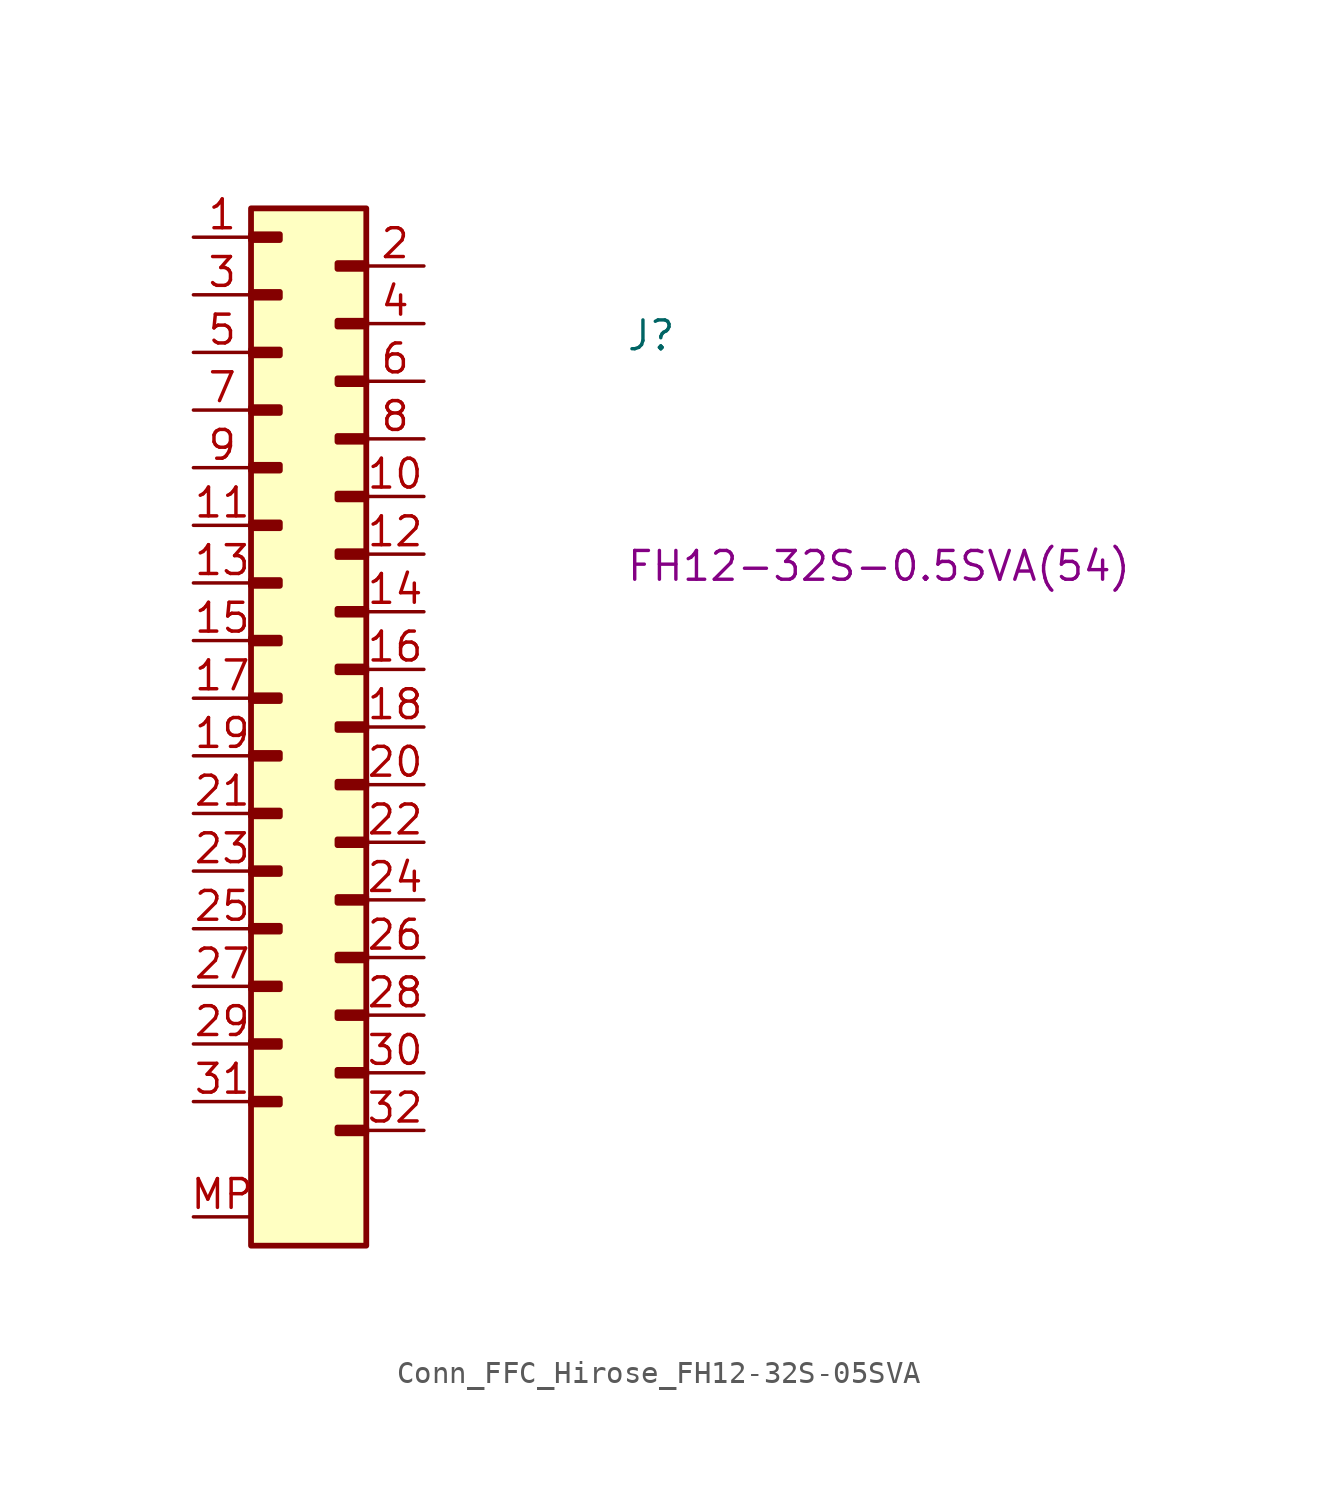
<source format=kicad_sym>
(kicad_symbol_lib
  (version 20220914)
  (generator kicad_symbol_editor)
  (symbol "Conn_FFC_Hirose_FH12-32S-05SVA"
    (property "Reference" "J"
      (at 19.05 -5.08 0)
      (effects (font (size 1.27 1.27) (thickness 0.15)) (justify left bottom)))
    (property "MPN" "FH12-32S-0.5SVA(54)"
      (at 19.05 -15.24 0)
      (effects (font (size 1.27 1.27) (thickness 0.15)) (justify left bottom)))
    (symbol "Conn_FFC_Hirose_FH12-32S-05SVA_1_1"
      (rectangle (start 2.54 -37.973) (end 3.81 -38.227) (stroke (width 0.254) (type default)) (fill (type background)))
      (rectangle (start 2.54 -35.433) (end 3.81 -35.687) (stroke (width 0.254) (type default)) (fill (type background)))
      (rectangle (start 2.54 -32.893) (end 3.81 -33.147) (stroke (width 0.254) (type default)) (fill (type background)))
      (rectangle (start 2.54 -30.353) (end 3.81 -30.607) (stroke (width 0.254) (type default)) (fill (type background)))
      (rectangle (start 2.54 -27.813) (end 3.81 -28.067) (stroke (width 0.254) (type default)) (fill (type background)))
      (rectangle (start 2.54 -25.273) (end 3.81 -25.527) (stroke (width 0.254) (type default)) (fill (type background)))
      (rectangle (start 2.54 -22.733) (end 3.81 -22.987) (stroke (width 0.254) (type default)) (fill (type background)))
      (rectangle (start 2.54 -20.193) (end 3.81 -20.447) (stroke (width 0.254) (type default)) (fill (type background)))
      (rectangle (start 2.54 -17.653) (end 3.81 -17.907) (stroke (width 0.254) (type default)) (fill (type background)))
      (rectangle (start 2.54 -15.113) (end 3.81 -15.367) (stroke (width 0.254) (type default)) (fill (type background)))
      (rectangle (start 2.54 -12.573) (end 3.81 -12.827) (stroke (width 0.254) (type default)) (fill (type background)))
      (rectangle (start 2.54 -10.033) (end 3.81 -10.287) (stroke (width 0.254) (type default)) (fill (type background)))
      (rectangle (start 2.54 -7.493) (end 3.81 -7.747) (stroke (width 0.254) (type default)) (fill (type background)))
      (rectangle (start 2.54 -4.953) (end 3.81 -5.207) (stroke (width 0.254) (type default)) (fill (type background)))
      (rectangle (start 2.54 -2.413) (end 3.81 -2.667) (stroke (width 0.254) (type default)) (fill (type background)))
      (rectangle (start 2.54 0.127) (end 3.81 -0.127) (stroke (width 0.254) (type default)) (fill (type background)))
      (rectangle (start 2.54 1.27) (end 7.62 -44.45) (stroke (width 0.254) (type default)) (fill (type background)))
      (rectangle (start 6.35 -39.243) (end 7.62 -39.497) (stroke (width 0.254) (type default)) (fill (type background)))
      (rectangle (start 6.35 -36.703) (end 7.62 -36.957) (stroke (width 0.254) (type default)) (fill (type background)))
      (rectangle (start 6.35 -34.163) (end 7.62 -34.417) (stroke (width 0.254) (type default)) (fill (type background)))
      (rectangle (start 6.35 -31.623) (end 7.62 -31.877) (stroke (width 0.254) (type default)) (fill (type background)))
      (rectangle (start 6.35 -29.083) (end 7.62 -29.337) (stroke (width 0.254) (type default)) (fill (type background)))
      (rectangle (start 6.35 -26.543) (end 7.62 -26.797) (stroke (width 0.254) (type default)) (fill (type background)))
      (rectangle (start 6.35 -24.003) (end 7.62 -24.257) (stroke (width 0.254) (type default)) (fill (type background)))
      (rectangle (start 6.35 -21.463) (end 7.62 -21.717) (stroke (width 0.254) (type default)) (fill (type background)))
      (rectangle (start 6.35 -18.923) (end 7.62 -19.177) (stroke (width 0.254) (type default)) (fill (type background)))
      (rectangle (start 6.35 -16.383) (end 7.62 -16.637) (stroke (width 0.254) (type default)) (fill (type background)))
      (rectangle (start 6.35 -13.843) (end 7.62 -14.097) (stroke (width 0.254) (type default)) (fill (type background)))
      (rectangle (start 6.35 -11.303) (end 7.62 -11.557) (stroke (width 0.254) (type default)) (fill (type background)))
      (rectangle (start 6.35 -8.763) (end 7.62 -9.017) (stroke (width 0.254) (type default)) (fill (type background)))
      (rectangle (start 6.35 -6.223) (end 7.62 -6.477) (stroke (width 0.254) (type default)) (fill (type background)))
      (rectangle (start 6.35 -3.683) (end 7.62 -3.937) (stroke (width 0.254) (type default)) (fill (type background)))
      (rectangle (start 6.35 -1.143) (end 7.62 -1.397) (stroke (width 0.254) (type default)) (fill (type background)))
      (pin passive line (at 0 0 0) (length 2.54) (name "~" (effects (font (size 1.27 1.27)))) (number "1" (effects (font (size 1.27 1.27)))))
      (pin passive line (at 10.16 -11.43 180) (length 2.54) (name "~" (effects (font (size 1.27 1.27)))) (number "10" (effects (font (size 1.27 1.27)))))
      (pin passive line (at 0 -12.7 0) (length 2.54) (name "~" (effects (font (size 1.27 1.27)))) (number "11" (effects (font (size 1.27 1.27)))))
      (pin passive line (at 10.16 -13.97 180) (length 2.54) (name "~" (effects (font (size 1.27 1.27)))) (number "12" (effects (font (size 1.27 1.27)))))
      (pin passive line (at 0 -15.24 0) (length 2.54) (name "~" (effects (font (size 1.27 1.27)))) (number "13" (effects (font (size 1.27 1.27)))))
      (pin passive line (at 10.16 -16.51 180) (length 2.54) (name "~" (effects (font (size 1.27 1.27)))) (number "14" (effects (font (size 1.27 1.27)))))
      (pin passive line (at 0 -17.78 0) (length 2.54) (name "~" (effects (font (size 1.27 1.27)))) (number "15" (effects (font (size 1.27 1.27)))))
      (pin passive line (at 10.16 -19.05 180) (length 2.54) (name "~" (effects (font (size 1.27 1.27)))) (number "16" (effects (font (size 1.27 1.27)))))
      (pin passive line (at 0 -20.32 0) (length 2.54) (name "~" (effects (font (size 1.27 1.27)))) (number "17" (effects (font (size 1.27 1.27)))))
      (pin passive line (at 10.16 -21.59 180) (length 2.54) (name "~" (effects (font (size 1.27 1.27)))) (number "18" (effects (font (size 1.27 1.27)))))
      (pin passive line (at 0 -22.86 0) (length 2.54) (name "~" (effects (font (size 1.27 1.27)))) (number "19" (effects (font (size 1.27 1.27)))))
      (pin passive line (at 10.16 -1.27 180) (length 2.54) (name "~" (effects (font (size 1.27 1.27)))) (number "2" (effects (font (size 1.27 1.27)))))
      (pin passive line (at 10.16 -24.13 180) (length 2.54) (name "~" (effects (font (size 1.27 1.27)))) (number "20" (effects (font (size 1.27 1.27)))))
      (pin passive line (at 0 -25.4 0) (length 2.54) (name "~" (effects (font (size 1.27 1.27)))) (number "21" (effects (font (size 1.27 1.27)))))
      (pin passive line (at 10.16 -26.67 180) (length 2.54) (name "~" (effects (font (size 1.27 1.27)))) (number "22" (effects (font (size 1.27 1.27)))))
      (pin passive line (at 0 -27.94 0) (length 2.54) (name "~" (effects (font (size 1.27 1.27)))) (number "23" (effects (font (size 1.27 1.27)))))
      (pin passive line (at 10.16 -29.21 180) (length 2.54) (name "~" (effects (font (size 1.27 1.27)))) (number "24" (effects (font (size 1.27 1.27)))))
      (pin passive line (at 0 -30.48 0) (length 2.54) (name "~" (effects (font (size 1.27 1.27)))) (number "25" (effects (font (size 1.27 1.27)))))
      (pin passive line (at 10.16 -31.75 180) (length 2.54) (name "~" (effects (font (size 1.27 1.27)))) (number "26" (effects (font (size 1.27 1.27)))))
      (pin passive line (at 0 -33.02 0) (length 2.54) (name "~" (effects (font (size 1.27 1.27)))) (number "27" (effects (font (size 1.27 1.27)))))
      (pin passive line (at 10.16 -34.29 180) (length 2.54) (name "~" (effects (font (size 1.27 1.27)))) (number "28" (effects (font (size 1.27 1.27)))))
      (pin passive line (at 0 -35.56 0) (length 2.54) (name "~" (effects (font (size 1.27 1.27)))) (number "29" (effects (font (size 1.27 1.27)))))
      (pin passive line (at 0 -2.54 0) (length 2.54) (name "~" (effects (font (size 1.27 1.27)))) (number "3" (effects (font (size 1.27 1.27)))))
      (pin passive line (at 10.16 -36.83 180) (length 2.54) (name "~" (effects (font (size 1.27 1.27)))) (number "30" (effects (font (size 1.27 1.27)))))
      (pin passive line (at 0 -38.1 0) (length 2.54) (name "~" (effects (font (size 1.27 1.27)))) (number "31" (effects (font (size 1.27 1.27)))))
      (pin passive line (at 10.16 -39.37 180) (length 2.54) (name "~" (effects (font (size 1.27 1.27)))) (number "32" (effects (font (size 1.27 1.27)))))
      (pin passive line (at 10.16 -3.81 180) (length 2.54) (name "~" (effects (font (size 1.27 1.27)))) (number "4" (effects (font (size 1.27 1.27)))))
      (pin passive line (at 0 -5.08 0) (length 2.54) (name "~" (effects (font (size 1.27 1.27)))) (number "5" (effects (font (size 1.27 1.27)))))
      (pin passive line (at 10.16 -6.35 180) (length 2.54) (name "~" (effects (font (size 1.27 1.27)))) (number "6" (effects (font (size 1.27 1.27)))))
      (pin passive line (at 0 -7.62 0) (length 2.54) (name "~" (effects (font (size 1.27 1.27)))) (number "7" (effects (font (size 1.27 1.27)))))
      (pin passive line (at 10.16 -8.89 180) (length 2.54) (name "~" (effects (font (size 1.27 1.27)))) (number "8" (effects (font (size 1.27 1.27)))))
      (pin passive line (at 0 -10.16 0) (length 2.54) (name "~" (effects (font (size 1.27 1.27)))) (number "9" (effects (font (size 1.27 1.27)))))
      (pin passive line (at 0 -43.18 0) (length 2.54) (name "~" (effects (font (size 1.27 1.27)))) (number "MP" (effects (font (size 1.27 1.27))))))))
</source>
